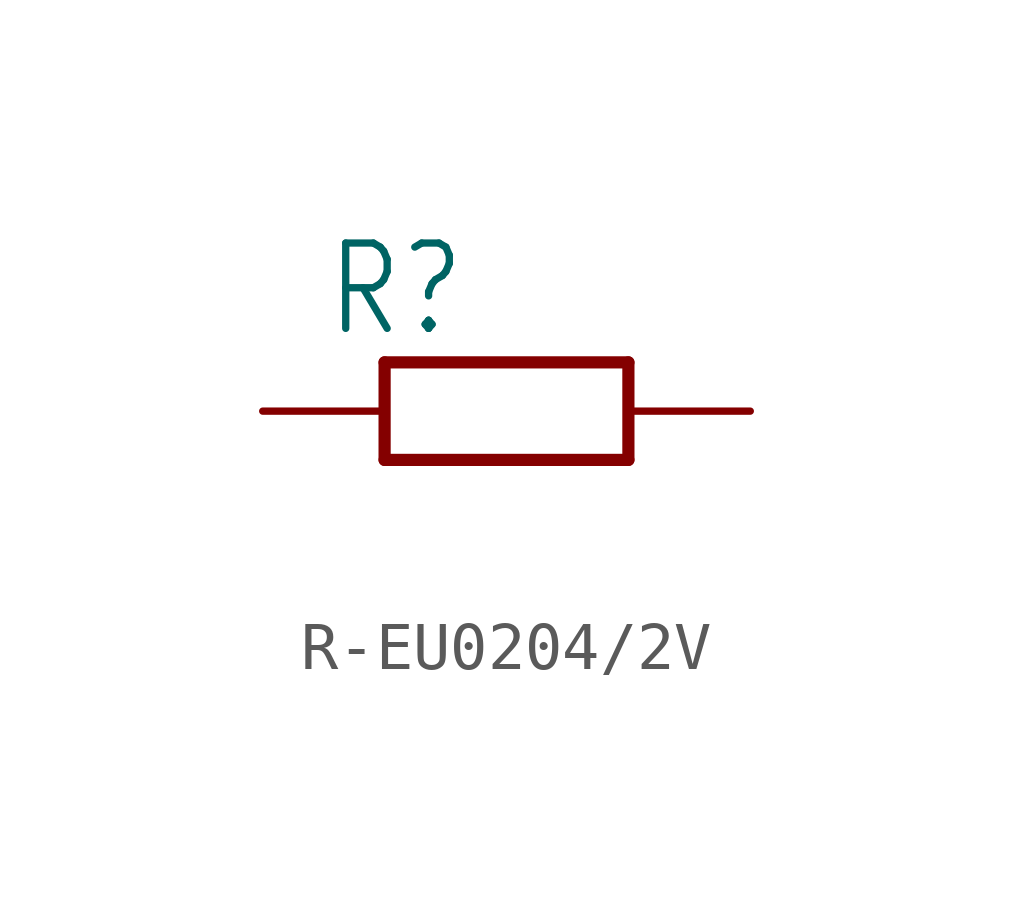
<source format=kicad_sym>
(kicad_symbol_lib
  (version 20220914)
  (generator kicad_symbol_editor)
  (symbol "R-EU0204/2V"
    (property "Reference" "R"
      (at -3.81 1.499 0)
      (effects (font (size 1.778 1.511)) (justify left bottom)))
    (property "Value" ""
      (at -3.81 -3.302 0)
      (effects (font (size 1.778 1.511)) (justify left bottom)))
    (property "ki_locked" ""
      (at 0 0 0)
      (effects (font (size 1.27 1.27))))
    (symbol "R-EU0204/2V_1_0"
      (polyline (pts (xy -2.54 -1.016) (xy -2.54 1.016)) (stroke (width 0.254) (type solid)) (fill (type none)))
      (polyline (pts (xy -2.54 1.016) (xy 2.54 1.016)) (stroke (width 0.254) (type solid)) (fill (type none)))
      (polyline (pts (xy 2.54 -1.016) (xy -2.54 -1.016)) (stroke (width 0.254) (type solid)) (fill (type none)))
      (polyline (pts (xy 2.54 1.016) (xy 2.54 -1.016)) (stroke (width 0.254) (type solid)) (fill (type none)))
      (pin passive line (at -5.08 0 0) (length 2.54) (name "1" (effects (font (size 0 0)))) (number "1" (effects (font (size 0 0)))))
      (pin passive line (at 5.08 0 180) (length 2.54) (name "2" (effects (font (size 0 0)))) (number "2" (effects (font (size 0 0))))))))
</source>
